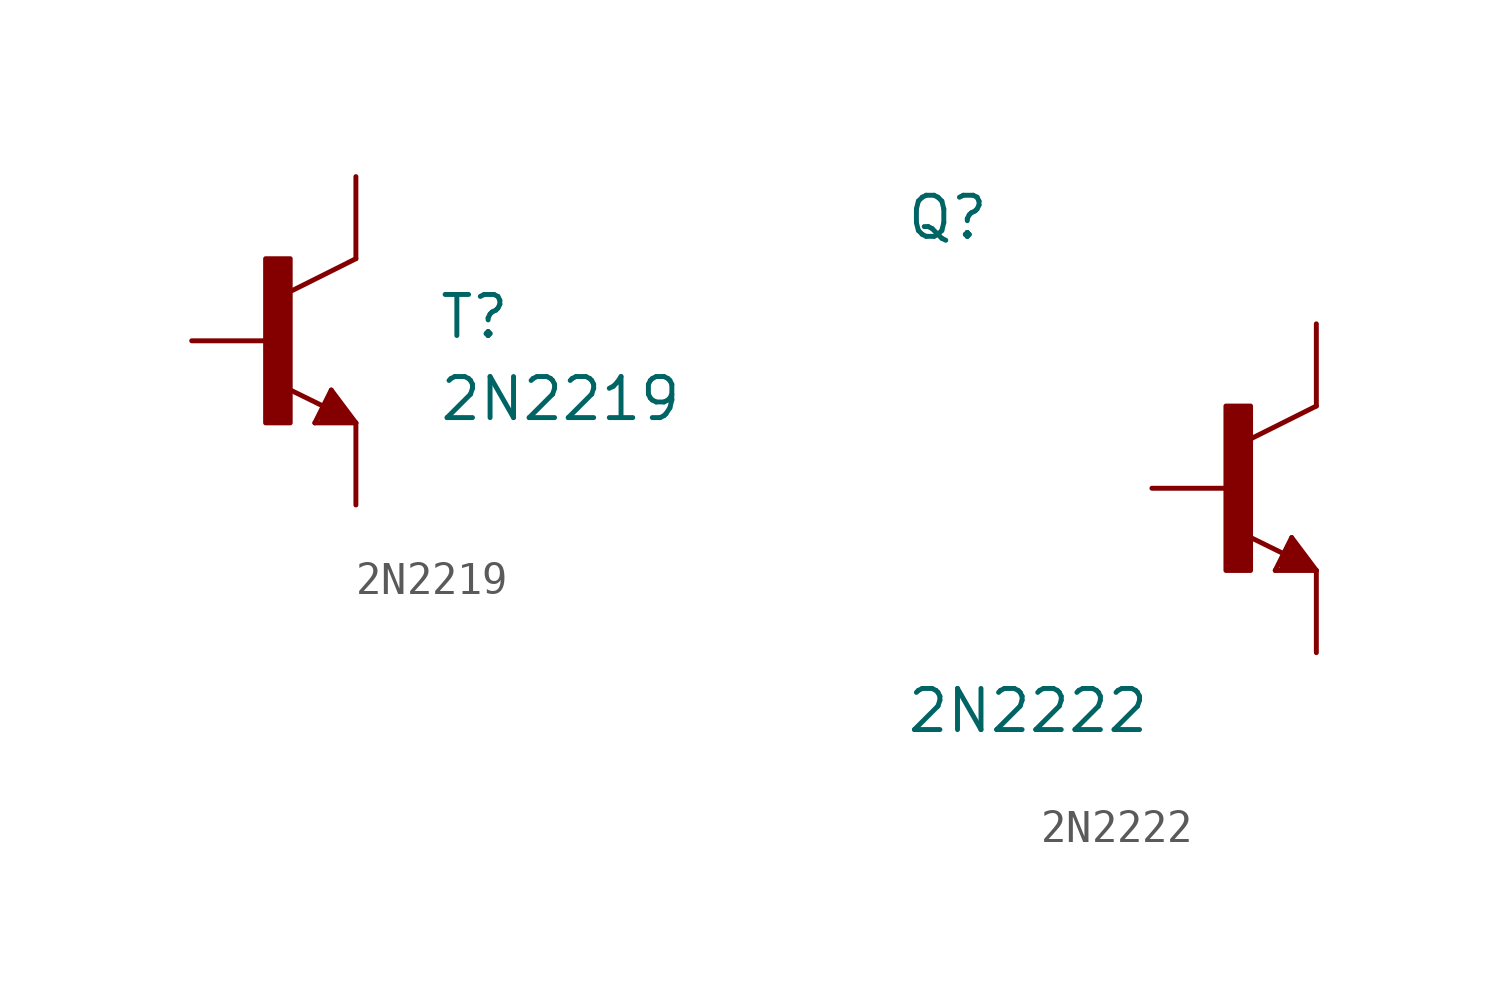
<source format=kicad_sym>
(kicad_symbol_lib
  (version 20211014)
  (generator kicad_symbol_editor)
  (symbol "2N2219"
    (pin_numbers hide)
    (pin_names
      (offset 1.016) hide)
    (property "Reference" "T"
      (at 5.08 0 0)
      (effects (font (size 1.27 1.27)) (justify left bottom)))
    (property "Value" "2N2219"
      (at 5.08 -2.54 0)
      (effects (font (size 1.27 1.27)) (justify left bottom)))
    (property "ki_locked" ""
      (at 0 0 0)
      (effects (font (size 1.27 1.27))))
    (symbol "2N2219_0_0"
      (rectangle (start -0.254 -2.54) (end 0.508 2.54) (stroke (width 0) (type default) (color 0 0 0 0)) (fill (type outline)))
      (polyline (pts (xy 1.27 -2.54) (xy 1.778 -1.524)) (stroke (width 0.152) (type default) (color 0 0 0 0)) (fill (type none)))
      (polyline (pts (xy 1.524 -2.413) (xy 2.286 -2.413)) (stroke (width 0.254) (type default) (color 0 0 0 0)) (fill (type none)))
      (polyline (pts (xy 1.524 -2.286) (xy 1.905 -2.286)) (stroke (width 0.254) (type default) (color 0 0 0 0)) (fill (type none)))
      (polyline (pts (xy 1.549 -2.032) (xy 0.305 -1.422)) (stroke (width 0.152) (type default) (color 0 0 0 0)) (fill (type none)))
      (polyline (pts (xy 1.778 -1.778) (xy 1.524 -2.286)) (stroke (width 0.254) (type default) (color 0 0 0 0)) (fill (type none)))
      (polyline (pts (xy 1.778 -1.524) (xy 2.54 -2.54)) (stroke (width 0.152) (type default) (color 0 0 0 0)) (fill (type none)))
      (polyline (pts (xy 1.905 -2.286) (xy 1.778 -2.032)) (stroke (width 0.254) (type default) (color 0 0 0 0)) (fill (type none)))
      (polyline (pts (xy 2.286 -2.413) (xy 1.778 -1.778)) (stroke (width 0.254) (type default) (color 0 0 0 0)) (fill (type none)))
      (polyline (pts (xy 2.54 -2.54) (xy 1.27 -2.54)) (stroke (width 0.152) (type default) (color 0 0 0 0)) (fill (type none)))
      (polyline (pts (xy 2.54 2.54) (xy 0.508 1.524)) (stroke (width 0.152) (type default) (color 0 0 0 0)) (fill (type none)))
      (pin passive line (at 2.54 -5.08 90) (length 2.54) (name "~" (effects (font (size 1.016 1.016)))) (number "1" (effects (font (size 1.016 1.016)))))
      (pin passive line (at -2.54 0 0) (length 2.54) (name "~" (effects (font (size 1.016 1.016)))) (number "2" (effects (font (size 1.016 1.016)))))
      (pin passive line (at 2.54 5.08 270) (length 2.54) (name "~" (effects (font (size 1.016 1.016)))) (number "3" (effects (font (size 1.016 1.016)))))))
  (symbol "2N2222"
    (pin_numbers hide)
    (pin_names
      (offset 1.016) hide)
    (property "Reference" "Q"
      (at -10.16 7.62 0)
      (effects (font (size 1.27 1.27)) (justify left bottom)))
    (property "Value" "2N2222"
      (at -10.16 -7.62 0)
      (effects (font (size 1.27 1.27)) (justify left bottom)))
    (property "ki_locked" ""
      (at 0 0 0)
      (effects (font (size 1.27 1.27))))
    (symbol "2N2222_0_0"
      (rectangle (start -0.254 -2.54) (end 0.508 2.54) (stroke (width 0) (type default) (color 0 0 0 0)) (fill (type outline)))
      (polyline (pts (xy 1.27 -2.54) (xy 1.778 -1.524)) (stroke (width 0.152) (type default) (color 0 0 0 0)) (fill (type none)))
      (polyline (pts (xy 1.524 -2.413) (xy 2.286 -2.413)) (stroke (width 0.254) (type default) (color 0 0 0 0)) (fill (type none)))
      (polyline (pts (xy 1.524 -2.286) (xy 1.905 -2.286)) (stroke (width 0.254) (type default) (color 0 0 0 0)) (fill (type none)))
      (polyline (pts (xy 1.549 -2.032) (xy 0.305 -1.422)) (stroke (width 0.152) (type default) (color 0 0 0 0)) (fill (type none)))
      (polyline (pts (xy 1.778 -1.778) (xy 1.524 -2.286)) (stroke (width 0.254) (type default) (color 0 0 0 0)) (fill (type none)))
      (polyline (pts (xy 1.778 -1.524) (xy 2.54 -2.54)) (stroke (width 0.152) (type default) (color 0 0 0 0)) (fill (type none)))
      (polyline (pts (xy 1.905 -2.286) (xy 1.778 -2.032)) (stroke (width 0.254) (type default) (color 0 0 0 0)) (fill (type none)))
      (polyline (pts (xy 2.286 -2.413) (xy 1.778 -1.778)) (stroke (width 0.254) (type default) (color 0 0 0 0)) (fill (type none)))
      (polyline (pts (xy 2.54 -2.54) (xy 1.27 -2.54)) (stroke (width 0.152) (type default) (color 0 0 0 0)) (fill (type none)))
      (polyline (pts (xy 2.54 2.54) (xy 0.508 1.524)) (stroke (width 0.152) (type default) (color 0 0 0 0)) (fill (type none)))
      (pin passive line (at 2.54 -5.08 90) (length 2.54) (name "~" (effects (font (size 1.016 1.016)))) (number "1" (effects (font (size 1.016 1.016)))))
      (pin passive line (at -2.54 0 0) (length 2.54) (name "~" (effects (font (size 1.016 1.016)))) (number "2" (effects (font (size 1.016 1.016)))))
      (pin passive line (at 2.54 5.08 270) (length 2.54) (name "~" (effects (font (size 1.016 1.016)))) (number "3" (effects (font (size 1.016 1.016))))))))
</source>
